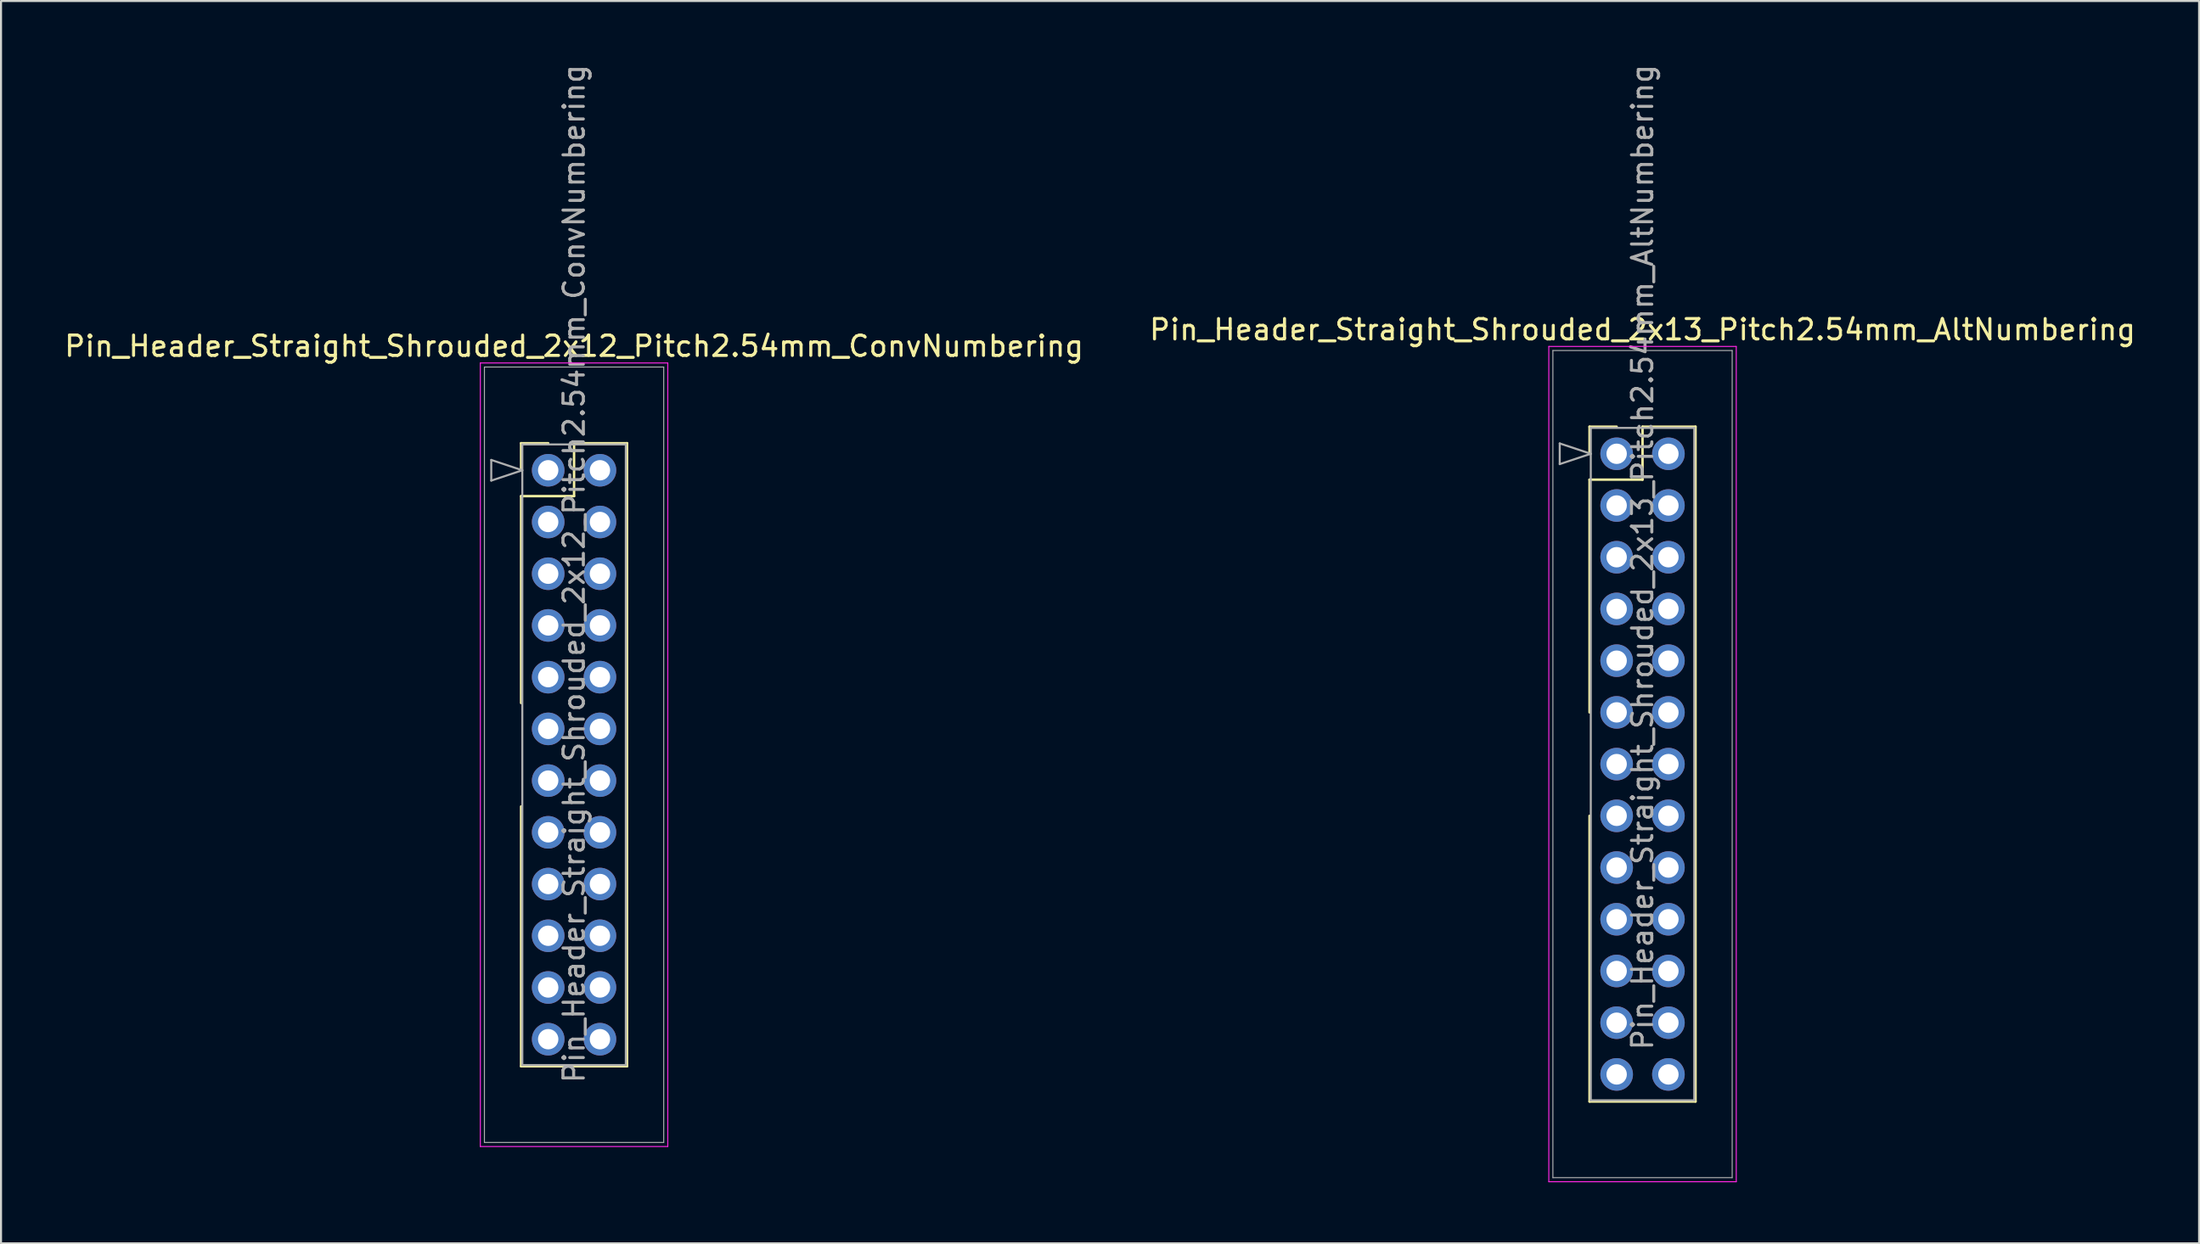
<source format=kicad_pcb>
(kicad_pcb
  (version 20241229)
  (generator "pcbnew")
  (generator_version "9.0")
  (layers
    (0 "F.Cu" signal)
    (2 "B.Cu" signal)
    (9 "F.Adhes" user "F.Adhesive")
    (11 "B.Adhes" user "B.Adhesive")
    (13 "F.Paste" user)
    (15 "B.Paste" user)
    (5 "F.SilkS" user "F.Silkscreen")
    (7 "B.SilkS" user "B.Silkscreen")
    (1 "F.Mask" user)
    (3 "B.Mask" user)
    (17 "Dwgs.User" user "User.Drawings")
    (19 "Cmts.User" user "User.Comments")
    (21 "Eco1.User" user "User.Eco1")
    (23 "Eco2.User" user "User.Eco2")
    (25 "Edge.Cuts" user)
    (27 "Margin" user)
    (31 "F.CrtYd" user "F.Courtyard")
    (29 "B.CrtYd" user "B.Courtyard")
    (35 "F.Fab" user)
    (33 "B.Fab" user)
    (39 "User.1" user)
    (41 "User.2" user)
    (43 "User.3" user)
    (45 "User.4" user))
  (footprint "Pin_Header_Straight_Shrouded_2x12_Pitch2.54mm_ConvNumbering"
    (layer "F.Cu")
    (at 23.855 20.045)
    (property "Reference" "Pin_Header_Straight_Shrouded_2x12_Pitch2.54mm_ConvNumbering" (at 1.27 -6.096 0) (layer "F.SilkS") (effects (font (size 1 1) (thickness 0.15))))
    (attr through_hole)
    (fp_line (start -1.33 -1.33) (end 0 -1.33) (stroke (width 0.12) (type solid)) (layer "F.SilkS"))
    (fp_line (start -1.33 0) (end -1.33 -1.33) (stroke (width 0.12) (type solid)) (layer "F.SilkS"))
    (fp_line (start -1.33 1.27) (end -1.33 11.43) (stroke (width 0.12) (type solid)) (layer "F.SilkS"))
    (fp_line (start -1.33 1.27) (end 1.27 1.27) (stroke (width 0.12) (type solid)) (layer "F.SilkS"))
    (fp_line (start -1.33 16.51) (end -1.33 29.27) (stroke (width 0.12) (type solid)) (layer "F.SilkS"))
    (fp_line (start -1.33 29.27) (end 3.87 29.27) (stroke (width 0.12) (type solid)) (layer "F.SilkS"))
    (fp_line (start 1.27 -1.33) (end 3.87 -1.33) (stroke (width 0.12) (type solid)) (layer "F.SilkS"))
    (fp_line (start 1.27 1.27) (end 1.27 -1.33) (stroke (width 0.12) (type solid)) (layer "F.SilkS"))
    (fp_line (start 3.87 -1.33) (end 3.87 29.27) (stroke (width 0.12) (type solid)) (layer "F.SilkS"))
    (fp_line (start -3.33 -5.27) (end -3.33 33.21) (stroke (width 0.05) (type solid)) (layer "F.CrtYd"))
    (fp_line (start -3.33 33.21) (end 5.87 33.21) (stroke (width 0.05) (type solid)) (layer "F.CrtYd"))
    (fp_line (start 5.87 -5.27) (end -3.33 -5.27) (stroke (width 0.05) (type solid)) (layer "F.CrtYd"))
    (fp_line (start 5.87 33.21) (end 5.87 -5.27) (stroke (width 0.05) (type solid)) (layer "F.CrtYd"))
    (fp_line (start -3.13 -5.07) (end -3.13 33.01) (stroke (width 0.05) (type solid)) (layer "F.Fab"))
    (fp_line (start -3.13 33.01) (end 5.67 33.01) (stroke (width 0.05) (type solid)) (layer "F.Fab"))
    (fp_line (start -2.794 -0.508) (end -1.27 0) (stroke (width 0.1) (type solid)) (layer "F.Fab"))
    (fp_line (start -2.794 0.508) (end -2.794 -0.508) (stroke (width 0.1) (type solid)) (layer "F.Fab"))
    (fp_line (start -1.27 -1.27) (end -1.27 29.21) (stroke (width 0.1) (type solid)) (layer "F.Fab"))
    (fp_line (start -1.27 0) (end -2.794 0.508) (stroke (width 0.1) (type solid)) (layer "F.Fab"))
    (fp_line (start -1.27 29.21) (end 3.81 29.21) (stroke (width 0.1) (type solid)) (layer "F.Fab"))
    (fp_line (start 3.81 -1.27) (end -1.27 -1.27) (stroke (width 0.1) (type solid)) (layer "F.Fab"))
    (fp_line (start 3.81 29.21) (end 3.81 -1.27) (stroke (width 0.1) (type solid)) (layer "F.Fab"))
    (fp_line (start 5.67 -5.07) (end -3.13 -5.07) (stroke (width 0.05) (type solid)) (layer "F.Fab"))
    (fp_line (start 5.67 33.01) (end 5.67 -5.07) (stroke (width 0.05) (type solid)) (layer "F.Fab"))
    (fp_text user "${REFERENCE}" (at 1.27 5.08 90) (layer "F.Fab") (effects (font (size 1 1) (thickness 0.15))))
    (pad "1" thru_hole oval (at 0 0) (size 1.6 1.6) (drill 1) (layers "*.Cu" "*.Mask"))
    (pad "2" thru_hole oval (at 2.54 0) (size 1.6 1.6) (drill 1) (layers "*.Cu" "*.Mask"))
    (pad "3" thru_hole oval (at 0 2.54) (size 1.6 1.6) (drill 1) (layers "*.Cu" "*.Mask"))
    (pad "4" thru_hole oval (at 2.54 2.54) (size 1.6 1.6) (drill 1) (layers "*.Cu" "*.Mask"))
    (pad "5" thru_hole oval (at 0 5.08) (size 1.6 1.6) (drill 1) (layers "*.Cu" "*.Mask"))
    (pad "6" thru_hole oval (at 2.54 5.08) (size 1.6 1.6) (drill 1) (layers "*.Cu" "*.Mask"))
    (pad "7" thru_hole oval (at 0 7.62) (size 1.6 1.6) (drill 1) (layers "*.Cu" "*.Mask"))
    (pad "8" thru_hole oval (at 2.54 7.62) (size 1.6 1.6) (drill 1) (layers "*.Cu" "*.Mask"))
    (pad "9" thru_hole oval (at 0 10.16) (size 1.6 1.6) (drill 1) (layers "*.Cu" "*.Mask"))
    (pad "10" thru_hole oval (at 2.54 10.16) (size 1.6 1.6) (drill 1) (layers "*.Cu" "*.Mask"))
    (pad "11" thru_hole oval (at 0 12.7) (size 1.6 1.6) (drill 1) (layers "*.Cu" "*.Mask"))
    (pad "12" thru_hole oval (at 2.54 12.7) (size 1.6 1.6) (drill 1) (layers "*.Cu" "*.Mask"))
    (pad "13" thru_hole oval (at 0 15.24) (size 1.6 1.6) (drill 1) (layers "*.Cu" "*.Mask"))
    (pad "14" thru_hole oval (at 2.54 15.24) (size 1.6 1.6) (drill 1) (layers "*.Cu" "*.Mask"))
    (pad "15" thru_hole oval (at 0 17.78) (size 1.6 1.6) (drill 1) (layers "*.Cu" "*.Mask"))
    (pad "16" thru_hole oval (at 2.54 17.78) (size 1.6 1.6) (drill 1) (layers "*.Cu" "*.Mask"))
    (pad "17" thru_hole oval (at 0 20.32) (size 1.6 1.6) (drill 1) (layers "*.Cu" "*.Mask"))
    (pad "18" thru_hole oval (at 2.54 20.32) (size 1.6 1.6) (drill 1) (layers "*.Cu" "*.Mask"))
    (pad "19" thru_hole oval (at 0 22.86) (size 1.6 1.6) (drill 1) (layers "*.Cu" "*.Mask"))
    (pad "20" thru_hole oval (at 2.54 22.86) (size 1.6 1.6) (drill 1) (layers "*.Cu" "*.Mask"))
    (pad "21" thru_hole oval (at 0 25.4) (size 1.6 1.6) (drill 1) (layers "*.Cu" "*.Mask"))
    (pad "22" thru_hole oval (at 2.54 25.4) (size 1.6 1.6) (drill 1) (layers "*.Cu" "*.Mask"))
    (pad "23" thru_hole oval (at 0 27.94) (size 1.6 1.6) (drill 1) (layers "*.Cu" "*.Mask"))
    (pad "24" thru_hole oval (at 2.54 27.94) (size 1.6 1.6) (drill 1) (layers "*.Cu" "*.Mask")))
  (footprint "Pin_Header_Straight_Shrouded_2x13_Pitch2.54mm_AltNumbering"
    (layer "F.Cu")
    (at 76.295 19.235)
    (property "Reference" "Pin_Header_Straight_Shrouded_2x13_Pitch2.54mm_AltNumbering" (at 1.27 -6.096 0) (layer "F.SilkS") (effects (font (size 1 1) (thickness 0.15))))
    (attr through_hole)
    (fp_line (start -1.33 -1.33) (end 0 -1.33) (stroke (width 0.12) (type solid)) (layer "F.SilkS"))
    (fp_line (start -1.33 0) (end -1.33 -1.33) (stroke (width 0.12) (type solid)) (layer "F.SilkS"))
    (fp_line (start -1.33 1.27) (end -1.33 12.7) (stroke (width 0.12) (type solid)) (layer "F.SilkS"))
    (fp_line (start -1.33 1.27) (end 1.27 1.27) (stroke (width 0.12) (type solid)) (layer "F.SilkS"))
    (fp_line (start -1.33 17.78) (end -1.33 31.81) (stroke (width 0.12) (type solid)) (layer "F.SilkS"))
    (fp_line (start -1.33 31.81) (end 3.87 31.81) (stroke (width 0.12) (type solid)) (layer "F.SilkS"))
    (fp_line (start 1.27 -1.33) (end 3.87 -1.33) (stroke (width 0.12) (type solid)) (layer "F.SilkS"))
    (fp_line (start 1.27 1.27) (end 1.27 -1.33) (stroke (width 0.12) (type solid)) (layer "F.SilkS"))
    (fp_line (start 3.87 -1.33) (end 3.87 31.81) (stroke (width 0.12) (type solid)) (layer "F.SilkS"))
    (fp_line (start -3.33 -5.27) (end -3.33 35.75) (stroke (width 0.05) (type solid)) (layer "F.CrtYd"))
    (fp_line (start -3.33 35.75) (end 5.87 35.75) (stroke (width 0.05) (type solid)) (layer "F.CrtYd"))
    (fp_line (start 5.87 -5.27) (end -3.33 -5.27) (stroke (width 0.05) (type solid)) (layer "F.CrtYd"))
    (fp_line (start 5.87 35.75) (end 5.87 -5.27) (stroke (width 0.05) (type solid)) (layer "F.CrtYd"))
    (fp_line (start -3.13 -5.07) (end -3.13 35.55) (stroke (width 0.05) (type solid)) (layer "F.Fab"))
    (fp_line (start -3.13 35.55) (end 5.67 35.55) (stroke (width 0.05) (type solid)) (layer "F.Fab"))
    (fp_line (start -2.794 -0.508) (end -1.27 0) (stroke (width 0.1) (type solid)) (layer "F.Fab"))
    (fp_line (start -2.794 0.508) (end -2.794 -0.508) (stroke (width 0.1) (type solid)) (layer "F.Fab"))
    (fp_line (start -1.27 -1.27) (end -1.27 31.75) (stroke (width 0.1) (type solid)) (layer "F.Fab"))
    (fp_line (start -1.27 0) (end -2.794 0.508) (stroke (width 0.1) (type solid)) (layer "F.Fab"))
    (fp_line (start -1.27 31.75) (end 3.81 31.75) (stroke (width 0.1) (type solid)) (layer "F.Fab"))
    (fp_line (start 3.81 -1.27) (end -1.27 -1.27) (stroke (width 0.1) (type solid)) (layer "F.Fab"))
    (fp_line (start 3.81 31.75) (end 3.81 -1.27) (stroke (width 0.1) (type solid)) (layer "F.Fab"))
    (fp_line (start 5.67 -5.07) (end -3.13 -5.07) (stroke (width 0.05) (type solid)) (layer "F.Fab"))
    (fp_line (start 5.67 35.55) (end 5.67 -5.07) (stroke (width 0.05) (type solid)) (layer "F.Fab"))
    (fp_text user "${REFERENCE}" (at 1.27 5.08 90) (layer "F.Fab") (effects (font (size 1 1) (thickness 0.15))))
    (pad "1" thru_hole oval (at 0 0) (size 1.6 1.6) (drill 1) (layers "*.Cu" "*.Mask"))
    (pad "2" thru_hole oval (at 0 2.54) (size 1.6 1.6) (drill 1) (layers "*.Cu" "*.Mask"))
    (pad "3" thru_hole oval (at 0 5.08) (size 1.6 1.6) (drill 1) (layers "*.Cu" "*.Mask"))
    (pad "4" thru_hole oval (at 0 7.62) (size 1.6 1.6) (drill 1) (layers "*.Cu" "*.Mask"))
    (pad "5" thru_hole oval (at 0 10.16) (size 1.6 1.6) (drill 1) (layers "*.Cu" "*.Mask"))
    (pad "6" thru_hole oval (at 0 12.7) (size 1.6 1.6) (drill 1) (layers "*.Cu" "*.Mask"))
    (pad "7" thru_hole oval (at 0 15.24) (size 1.6 1.6) (drill 1) (layers "*.Cu" "*.Mask"))
    (pad "8" thru_hole oval (at 0 17.78) (size 1.6 1.6) (drill 1) (layers "*.Cu" "*.Mask"))
    (pad "9" thru_hole oval (at 0 20.32) (size 1.6 1.6) (drill 1) (layers "*.Cu" "*.Mask"))
    (pad "10" thru_hole oval (at 0 22.86) (size 1.6 1.6) (drill 1) (layers "*.Cu" "*.Mask"))
    (pad "11" thru_hole oval (at 0 25.4) (size 1.6 1.6) (drill 1) (layers "*.Cu" "*.Mask"))
    (pad "12" thru_hole oval (at 0 27.94) (size 1.6 1.6) (drill 1) (layers "*.Cu" "*.Mask"))
    (pad "13" thru_hole oval (at 0 30.48) (size 1.6 1.6) (drill 1) (layers "*.Cu" "*.Mask"))
    (pad "14" thru_hole oval (at 2.54 0) (size 1.6 1.6) (drill 1) (layers "*.Cu" "*.Mask"))
    (pad "15" thru_hole oval (at 2.54 2.54) (size 1.6 1.6) (drill 1) (layers "*.Cu" "*.Mask"))
    (pad "16" thru_hole oval (at 2.54 5.08) (size 1.6 1.6) (drill 1) (layers "*.Cu" "*.Mask"))
    (pad "17" thru_hole oval (at 2.54 7.62) (size 1.6 1.6) (drill 1) (layers "*.Cu" "*.Mask"))
    (pad "18" thru_hole oval (at 2.54 10.16) (size 1.6 1.6) (drill 1) (layers "*.Cu" "*.Mask"))
    (pad "19" thru_hole oval (at 2.54 12.7) (size 1.6 1.6) (drill 1) (layers "*.Cu" "*.Mask"))
    (pad "20" thru_hole oval (at 2.54 15.24) (size 1.6 1.6) (drill 1) (layers "*.Cu" "*.Mask"))
    (pad "21" thru_hole oval (at 2.54 17.78) (size 1.6 1.6) (drill 1) (layers "*.Cu" "*.Mask"))
    (pad "22" thru_hole oval (at 2.54 20.32) (size 1.6 1.6) (drill 1) (layers "*.Cu" "*.Mask"))
    (pad "23" thru_hole oval (at 2.54 22.86) (size 1.6 1.6) (drill 1) (layers "*.Cu" "*.Mask"))
    (pad "24" thru_hole oval (at 2.54 25.4) (size 1.6 1.6) (drill 1) (layers "*.Cu" "*.Mask"))
    (pad "25" thru_hole oval (at 2.54 27.94) (size 1.6 1.6) (drill 1) (layers "*.Cu" "*.Mask"))
    (pad "26" thru_hole oval (at 2.54 30.48) (size 1.6 1.6) (drill 1) (layers "*.Cu" "*.Mask")))
  (gr_rect
    (start -3 -3)
    (end 104.881 58.01)
    (stroke (width 0.1) (type default))
    (fill no)
    (layer "Edge.Cuts")))
</source>
